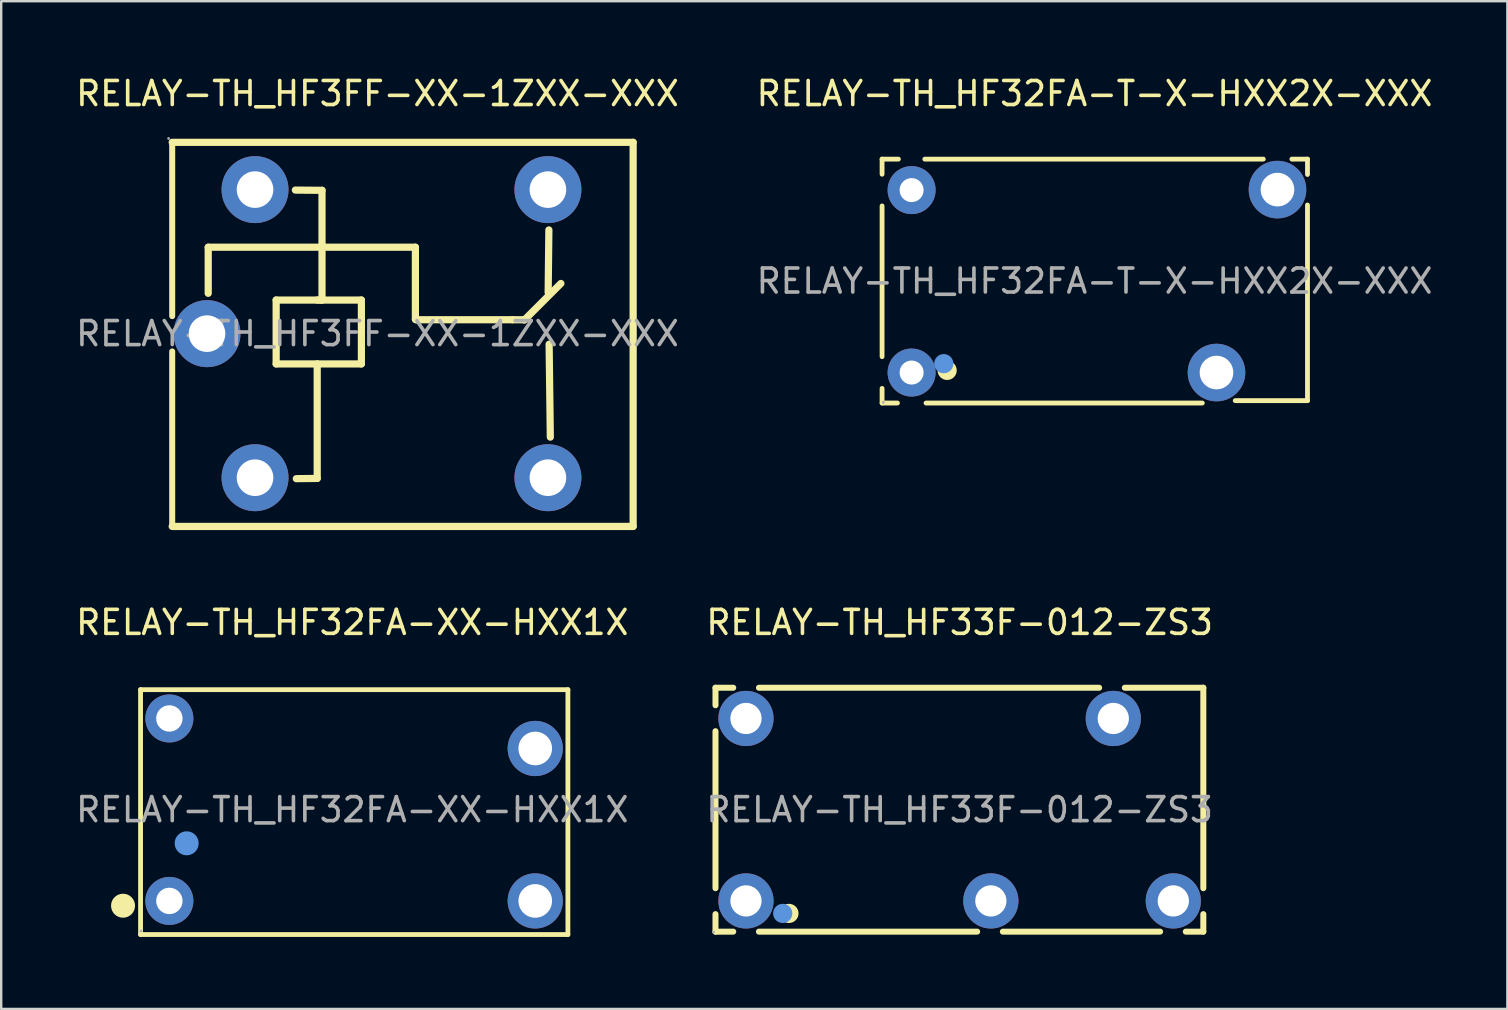
<source format=kicad_pcb>
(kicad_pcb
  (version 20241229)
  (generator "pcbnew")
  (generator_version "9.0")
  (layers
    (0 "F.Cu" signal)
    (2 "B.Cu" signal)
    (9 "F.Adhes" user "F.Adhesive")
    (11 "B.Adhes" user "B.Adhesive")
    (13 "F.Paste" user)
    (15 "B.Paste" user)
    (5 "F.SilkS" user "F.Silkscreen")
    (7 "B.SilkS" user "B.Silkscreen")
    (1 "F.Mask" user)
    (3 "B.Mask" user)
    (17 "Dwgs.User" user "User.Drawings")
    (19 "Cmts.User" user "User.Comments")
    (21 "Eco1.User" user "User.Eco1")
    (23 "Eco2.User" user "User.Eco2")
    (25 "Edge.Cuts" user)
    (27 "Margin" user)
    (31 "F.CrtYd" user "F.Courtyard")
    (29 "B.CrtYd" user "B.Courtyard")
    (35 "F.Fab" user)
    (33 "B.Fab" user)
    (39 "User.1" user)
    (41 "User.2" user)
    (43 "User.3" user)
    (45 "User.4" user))
  (footprint "RELAY-TH_HF32FA-T-X-HXX2X-XXX"
    (layer "F.Cu")
    (at 42.542 8.658)
    (property "Reference" "RELAY-TH_HF32FA-T-X-HXX2X-XXX" (at 0 -7.81 0) (layer "F.SilkS") (effects (font (size 1 1) (thickness 0.15))))
    (attr through_hole)
    (fp_line (start -8.85 -5.08) (end -8.85 -4.45) (stroke (width 0.2) (type solid)) (layer "F.SilkS"))
    (fp_line (start -8.85 -5.08) (end -8.17 -5.08) (stroke (width 0.2) (type solid)) (layer "F.SilkS"))
    (fp_line (start -8.85 -3.13) (end -8.85 3.15) (stroke (width 0.2) (type solid)) (layer "F.SilkS"))
    (fp_line (start -8.85 4.47) (end -8.85 5.08) (stroke (width 0.2) (type solid)) (layer "F.SilkS"))
    (fp_line (start -8.85 5.08) (end -8.21 5.08) (stroke (width 0.2) (type solid)) (layer "F.SilkS"))
    (fp_line (start -7.07 -5.08) (end 7.03 -5.08) (stroke (width 0.2) (type solid)) (layer "F.SilkS"))
    (fp_line (start -7.02 5.08) (end 4.49 5.08) (stroke (width 0.2) (type solid)) (layer "F.SilkS"))
    (fp_line (start 8.22 -5.08) (end 8.87 -5.08) (stroke (width 0.2) (type solid)) (layer "F.SilkS"))
    (fp_line (start 8.87 -5.08) (end 8.87 -4.44) (stroke (width 0.2) (type solid)) (layer "F.SilkS"))
    (fp_line (start 8.87 -3.17) (end 8.87 4.98) (stroke (width 0.2) (type solid)) (layer "F.SilkS"))
    (fp_line (start 8.87 4.98) (end 5.86 4.98) (stroke (width 0.2) (type solid)) (layer "F.SilkS"))
    (fp_circle (center -6.14 3.72) (end -5.94 3.72) (stroke (width 0.4) (type solid)) (fill no) (layer "F.SilkS"))
    (fp_circle (center -6.28 3.44) (end -6.08 3.44) (stroke (width 0.4) (type solid)) (fill no) (layer "Cmts.User"))
    (fp_circle (center -8.8 5.05) (end -8.77 5.05) (stroke (width 0.06) (type solid)) (fill no) (layer "F.Fab"))
    (fp_circle (center -7.62 -3.79) (end -7.5 -3.79) (stroke (width 0.25) (type solid)) (fill no) (layer "F.Fab"))
    (fp_circle (center -7.62 3.81) (end -7.5 3.81) (stroke (width 0.25) (type solid)) (fill no) (layer "F.Fab"))
    (fp_text user "${REFERENCE}" (at 0 0 0) (layer "F.Fab") (effects (font (size 1 1) (thickness 0.15))))
    (pad "1" thru_hole circle (at -7.62 3.81) (size 2 2) (drill 1) (layers "*.Cu" "*.Paste" "*.Mask"))
    (pad "2" thru_hole circle (at -7.62 -3.79) (size 2 2) (drill 1) (layers "*.Cu" "*.Paste" "*.Mask"))
    (pad "3" thru_hole circle (at 7.62 -3.81) (size 2.4 2.4) (drill 1.4) (layers "*.Cu" "*.Paste" "*.Mask"))
    (pad "4" thru_hole circle (at 5.08 3.81) (size 2.4 2.4) (drill 1.4) (layers "*.Cu" "*.Paste" "*.Mask")))
  (footprint "RELAY-TH_HF33F-012-ZS3"
    (layer "F.Cu")
    (at 36.923 30.677)
    (property "Reference" "RELAY-TH_HF33F-012-ZS3" (at 0 -7.8 0) (layer "F.SilkS") (effects (font (size 1 1) (thickness 0.15))))
    (attr through_hole)
    (fp_line (start -10.17 -5.08) (end -9.43 -5.08) (stroke (width 0.25) (type solid)) (layer "F.SilkS"))
    (fp_line (start -10.17 -4.35) (end -10.17 -5.08) (stroke (width 0.25) (type solid)) (layer "F.SilkS"))
    (fp_line (start -10.17 3.27) (end -10.17 -3.27) (stroke (width 0.25) (type solid)) (layer "F.SilkS"))
    (fp_line (start -10.17 5.08) (end -10.17 4.35) (stroke (width 0.25) (type solid)) (layer "F.SilkS"))
    (fp_line (start -9.43 5.08) (end -10.17 5.08) (stroke (width 0.25) (type solid)) (layer "F.SilkS"))
    (fp_line (start -8.36 -5.08) (end 5.81 -5.08) (stroke (width 0.25) (type solid)) (layer "F.SilkS"))
    (fp_line (start 0.73 5.08) (end -8.36 5.08) (stroke (width 0.25) (type solid)) (layer "F.SilkS"))
    (fp_line (start 6.88 -5.08) (end 10.15 -5.08) (stroke (width 0.25) (type solid)) (layer "F.SilkS"))
    (fp_line (start 8.35 5.08) (end 1.8 5.08) (stroke (width 0.25) (type solid)) (layer "F.SilkS"))
    (fp_line (start 10.15 -5.08) (end 10.15 3.27) (stroke (width 0.25) (type solid)) (layer "F.SilkS"))
    (fp_line (start 10.15 4.35) (end 10.15 5.08) (stroke (width 0.25) (type solid)) (layer "F.SilkS"))
    (fp_line (start 10.15 5.08) (end 9.42 5.08) (stroke (width 0.25) (type solid)) (layer "F.SilkS"))
    (fp_circle (center -7.11 4.32) (end -6.91 4.32) (stroke (width 0.4) (type solid)) (fill no) (layer "F.SilkS"))
    (fp_circle (center -7.37 4.32) (end -7.17 4.32) (stroke (width 0.4) (type solid)) (fill no) (layer "Cmts.User"))
    (fp_circle (center -10.25 5.1) (end -10.22 5.1) (stroke (width 0.06) (type solid)) (fill no) (layer "F.Fab"))
    (fp_text user "${REFERENCE}" (at 0 0 0) (layer "F.Fab") (effects (font (size 1 1) (thickness 0.15))))
    (pad "1" thru_hole circle (at -8.9 3.8) (size 2.3 2.3) (drill 1.3) (layers "*.Cu" "*.Paste" "*.Mask"))
    (pad "2" thru_hole circle (at 1.3 3.8) (size 2.3 2.3) (drill 1.3) (layers "*.Cu" "*.Paste" "*.Mask"))
    (pad "3" thru_hole circle (at 8.9 3.8) (size 2.3 2.3) (drill 1.3) (layers "*.Cu" "*.Paste" "*.Mask"))
    (pad "4" thru_hole circle (at 6.4 -3.8) (size 2.3 2.3) (drill 1.3) (layers "*.Cu" "*.Paste" "*.Mask"))
    (pad "5" thru_hole circle (at -8.9 -3.8) (size 2.3 2.3) (drill 1.3) (layers "*.Cu" "*.Paste" "*.Mask")))
  (footprint "RELAY-TH_HF3FF-XX-1ZXX-XXX"
    (layer "F.Cu")
    (at 12.673 10.848)
    (property "Reference" "RELAY-TH_HF3FF-XX-1ZXX-XXX" (at 0 -10 0) (layer "F.SilkS") (effects (font (size 1 1) (thickness 0.15))))
    (attr through_hole)
    (fp_line (start -8.55 -7.97) (end -8.55 -0.73) (stroke (width 0.25) (type solid)) (layer "F.SilkS"))
    (fp_line (start -8.55 -7.97) (end 10.65 -7.97) (stroke (width 0.3) (type solid)) (layer "F.SilkS"))
    (fp_line (start -8.55 0.74) (end -8.55 8.03) (stroke (width 0.25) (type solid)) (layer "F.SilkS"))
    (fp_line (start -7.05 -3.6) (end 1.58 -3.6) (stroke (width 0.3) (type solid)) (layer "F.SilkS"))
    (fp_line (start -7.05 -1.68) (end -7.05 -3.6) (stroke (width 0.3) (type solid)) (layer "F.SilkS"))
    (fp_line (start -4.22 -1.4) (end -2.31 -1.4) (stroke (width 0.3) (type solid)) (layer "F.SilkS"))
    (fp_line (start -4.22 1.26) (end -4.22 -1.4) (stroke (width 0.3) (type solid)) (layer "F.SilkS"))
    (fp_line (start -3.38 6.04) (end -2.51 6.03) (stroke (width 0.3) (type solid)) (layer "F.SilkS"))
    (fp_line (start -2.51 -1.4) (end -0.67 -1.4) (stroke (width 0.3) (type solid)) (layer "F.SilkS"))
    (fp_line (start -2.51 6.03) (end -2.51 1.26) (stroke (width 0.3) (type solid)) (layer "F.SilkS"))
    (fp_line (start -2.31 -5.97) (end -3.42 -5.98) (stroke (width 0.3) (type solid)) (layer "F.SilkS"))
    (fp_line (start -2.31 -1.4) (end -2.31 -5.97) (stroke (width 0.3) (type solid)) (layer "F.SilkS"))
    (fp_line (start -0.67 -1.4) (end -0.67 1.26) (stroke (width 0.3) (type solid)) (layer "F.SilkS"))
    (fp_line (start -0.67 1.26) (end -4.22 1.26) (stroke (width 0.3) (type solid)) (layer "F.SilkS"))
    (fp_line (start 1.58 -3.6) (end 1.58 -0.6) (stroke (width 0.3) (type solid)) (layer "F.SilkS"))
    (fp_line (start 1.58 -0.6) (end 1.61 -0.58) (stroke (width 0.3) (type solid)) (layer "F.SilkS"))
    (fp_line (start 1.61 -0.58) (end 5.62 -0.58) (stroke (width 0.3) (type solid)) (layer "F.SilkS"))
    (fp_line (start 5.62 -0.58) (end 6.13 -0.58) (stroke (width 0.3) (type solid)) (layer "F.SilkS"))
    (fp_line (start 6.12 -0.57) (end 7.64 -2.09) (stroke (width 0.3) (type solid)) (layer "F.SilkS"))
    (fp_line (start 7.11 -1.72) (end 7.14 -4.32) (stroke (width 0.3) (type solid)) (layer "F.SilkS"))
    (fp_line (start 7.2 4.31) (end 7.15 0.44) (stroke (width 0.3) (type solid)) (layer "F.SilkS"))
    (fp_line (start 10.65 -7.97) (end 10.65 8.03) (stroke (width 0.3) (type solid)) (layer "F.SilkS"))
    (fp_line (start 10.65 8.03) (end -8.55 8.03) (stroke (width 0.3) (type solid)) (layer "F.SilkS"))
    (fp_circle (center -8.7 -8.13) (end -8.67 -8.13) (stroke (width 0.06) (type solid)) (fill no) (layer "F.Fab"))
    (fp_circle (center -7.1 0) (end -6.77 0) (stroke (width 0.66) (type solid)) (fill no) (layer "F.Fab"))
    (fp_circle (center -5.1 -6) (end -4.77 -6) (stroke (width 0.66) (type solid)) (fill no) (layer "F.Fab"))
    (fp_circle (center -5.1 6) (end -4.77 6) (stroke (width 0.66) (type solid)) (fill no) (layer "F.Fab"))
    (fp_circle (center 7.1 -6) (end 7.43 -6) (stroke (width 0.66) (type solid)) (fill no) (layer "F.Fab"))
    (fp_circle (center 7.1 6) (end 7.43 6) (stroke (width 0.66) (type solid)) (fill no) (layer "F.Fab"))
    (fp_text user "${REFERENCE}" (at 0 0 0) (layer "F.Fab") (effects (font (size 1 1) (thickness 0.15))))
    (pad "1" thru_hole circle (at -5.1 -6 180) (size 2.79 2.79) (drill 1.524) (layers "*.Cu" "*.Paste" "*.Mask"))
    (pad "2" thru_hole circle (at -5.1 6 180) (size 2.79 2.79) (drill 1.524) (layers "*.Cu" "*.Paste" "*.Mask"))
    (pad "3" thru_hole circle (at 7.1 6 180) (size 2.79 2.79) (drill 1.524) (layers "*.Cu" "*.Paste" "*.Mask"))
    (pad "4" thru_hole circle (at -7.1 0 180) (size 2.79 2.79) (drill 1.524) (layers "*.Cu" "*.Paste" "*.Mask"))
    (pad "5" thru_hole circle (at 7.1 -6 180) (size 2.79 2.79) (drill 1.524) (layers "*.Cu" "*.Paste" "*.Mask")))
  (footprint "RELAY-TH_HF32FA-XX-HXX1X"
    (layer "F.Cu")
    (at 11.625 30.677)
    (property "Reference" "RELAY-TH_HF32FA-XX-HXX1X" (at 0 -7.8 0) (layer "F.SilkS") (effects (font (size 1 1) (thickness 0.15))))
    (attr through_hole)
    (fp_line (start -8.82 -5) (end -8.82 5.2) (stroke (width 0.2) (type solid)) (layer "F.SilkS"))
    (fp_line (start -8.82 5.2) (end 8.98 5.2) (stroke (width 0.2) (type solid)) (layer "F.SilkS"))
    (fp_line (start 8.98 -5) (end -8.82 -5) (stroke (width 0.2) (type solid)) (layer "F.SilkS"))
    (fp_line (start 8.98 5.2) (end 8.98 -5) (stroke (width 0.2) (type solid)) (layer "F.SilkS"))
    (fp_circle (center -9.55 4) (end -9.3 4) (stroke (width 0.5) (type solid)) (fill no) (layer "F.SilkS"))
    (fp_circle (center -6.9 1.4) (end -6.65 1.4) (stroke (width 0.5) (type solid)) (fill no) (layer "Cmts.User"))
    (fp_circle (center -8.8 5.05) (end -8.77 5.05) (stroke (width 0.06) (type solid)) (fill no) (layer "F.Fab"))
    (fp_circle (center -7.62 -3.8) (end -7.5 -3.8) (stroke (width 0.25) (type solid)) (fill no) (layer "F.Fab"))
    (fp_circle (center -7.62 3.8) (end -7.5 3.8) (stroke (width 0.25) (type solid)) (fill no) (layer "F.Fab"))
    (fp_text user "${REFERENCE}" (at 0 0 0) (layer "F.Fab") (effects (font (size 1 1) (thickness 0.15))))
    (pad "1" thru_hole circle (at -7.62 3.8) (size 2 2) (drill 1.1) (layers "*.Cu" "*.Paste" "*.Mask"))
    (pad "2" thru_hole circle (at -7.62 -3.8) (size 2 2) (drill 1.1) (layers "*.Cu" "*.Paste" "*.Mask"))
    (pad "3" thru_hole circle (at 7.62 -2.55) (size 2.3 2.3) (drill 1.4) (layers "*.Cu" "*.Paste" "*.Mask"))
    (pad "4" thru_hole circle (at 7.62 3.8) (size 2.3 2.3) (drill 1.4) (layers "*.Cu" "*.Paste" "*.Mask")))
  (gr_rect
    (start -3 -3)
    (end 59.738 38.977)
    (stroke (width 0.1) (type default))
    (fill no)
    (layer "Edge.Cuts")))
</source>
